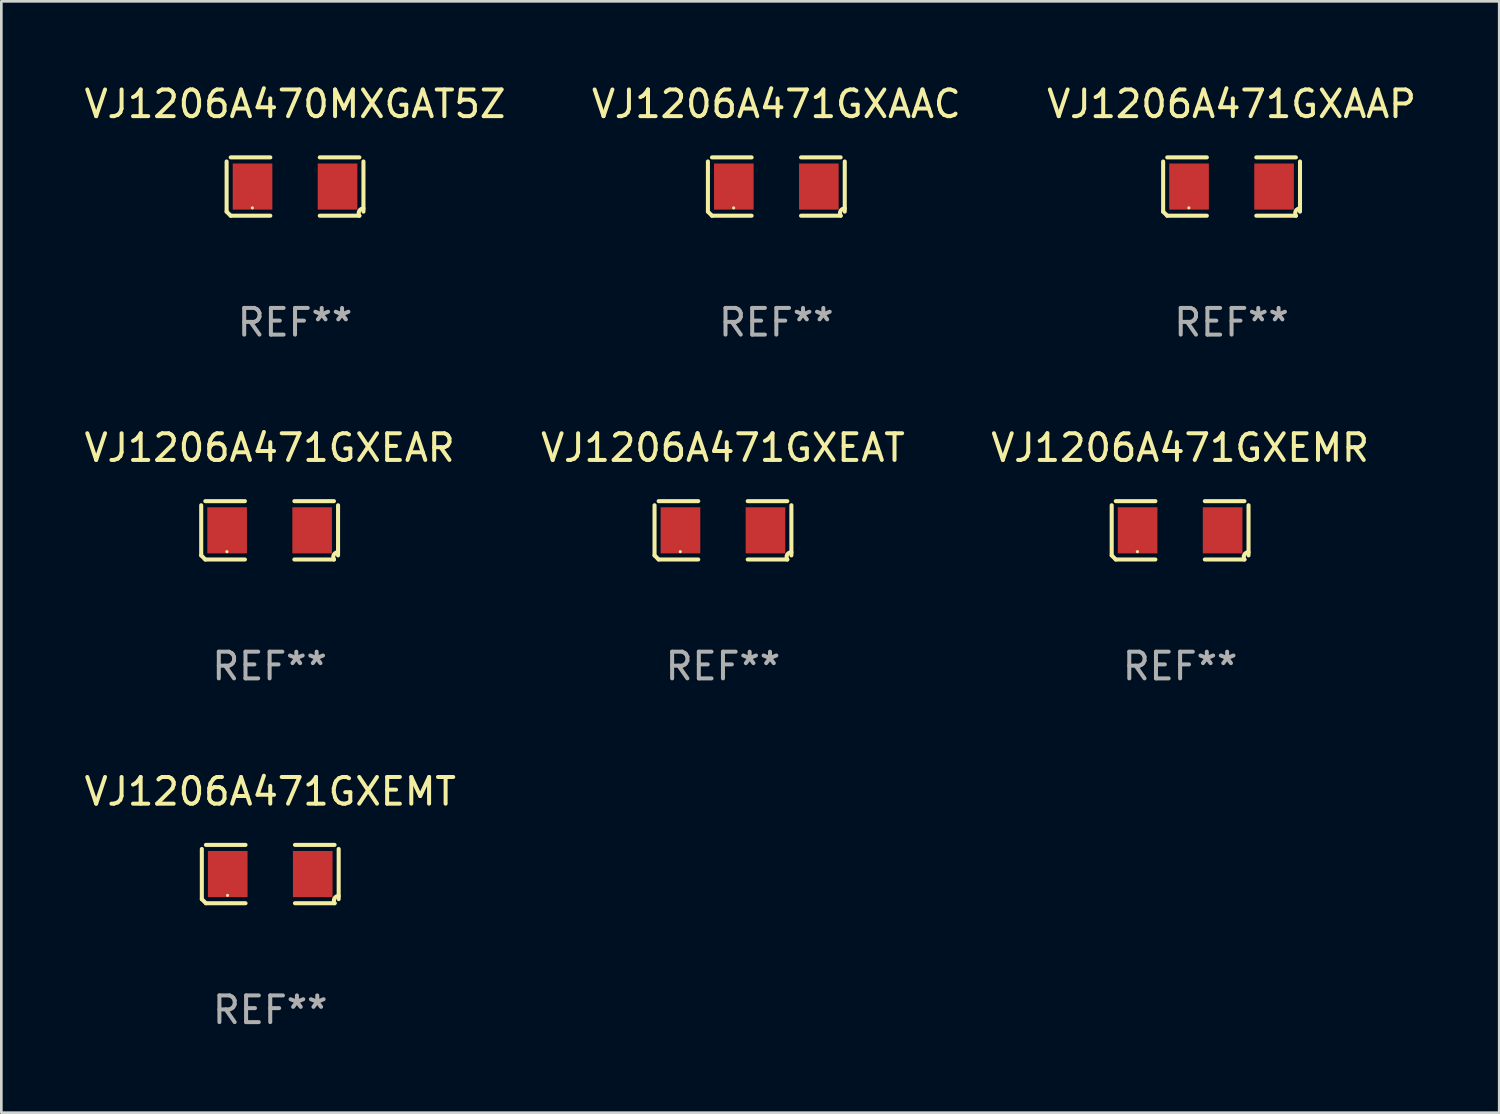
<source format=kicad_pcb>
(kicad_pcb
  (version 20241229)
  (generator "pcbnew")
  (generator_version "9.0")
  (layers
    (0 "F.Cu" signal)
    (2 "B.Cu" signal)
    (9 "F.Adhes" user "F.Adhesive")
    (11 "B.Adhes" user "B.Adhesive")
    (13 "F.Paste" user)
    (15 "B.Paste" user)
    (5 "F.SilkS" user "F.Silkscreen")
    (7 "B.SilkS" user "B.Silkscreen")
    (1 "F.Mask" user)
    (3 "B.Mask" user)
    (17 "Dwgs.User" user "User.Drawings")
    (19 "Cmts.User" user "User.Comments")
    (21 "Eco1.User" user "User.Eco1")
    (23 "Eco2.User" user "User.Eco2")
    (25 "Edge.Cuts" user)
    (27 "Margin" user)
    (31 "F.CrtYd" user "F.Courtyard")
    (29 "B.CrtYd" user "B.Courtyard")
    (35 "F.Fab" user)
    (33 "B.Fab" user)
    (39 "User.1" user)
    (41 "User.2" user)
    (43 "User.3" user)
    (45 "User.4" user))
  (footprint "VJ1206A471GXEMT"
    (layer "F.Cu")
    (at 7.077 29.704)
    (property "Reference" "VJ1206A471GXEMT" (at 0 -3.093 0) (layer "F.SilkS") (effects (font (size 1 1) (thickness 0.15))))
    (attr through_hole)
    (fp_line (start -2.564 0.94) (end -2.564 -0.94) (stroke (width 0.152) (type solid)) (layer "F.SilkS"))
    (fp_line (start -2.411 -1.093) (end -0.926 -1.093) (stroke (width 0.152) (type solid)) (layer "F.SilkS"))
    (fp_line (start -0.926 1.093) (end -2.411 1.093) (stroke (width 0.152) (type solid)) (layer "F.SilkS"))
    (fp_line (start 0.926 1.093) (end 2.411 1.093) (stroke (width 0.152) (type solid)) (layer "F.SilkS"))
    (fp_line (start 2.411 -1.093) (end 0.926 -1.093) (stroke (width 0.152) (type solid)) (layer "F.SilkS"))
    (fp_line (start 2.564 0.94) (end 2.564 -0.94) (stroke (width 0.152) (type solid)) (layer "F.SilkS"))
    (fp_arc (start -2.411201 1.092609) (mid -2.487413 1.01642) (end -2.563602 0.940208) (stroke (width 0.1524) (type solid)) (layer "F.SilkS"))
    (fp_arc (start 2.411201 1.092609) (mid 2.407159 0.911226) (end 2.563602 0.819347) (stroke (width 0.1524) (type solid)) (layer "F.SilkS"))
    (fp_circle (center -1.6 0.8) (end -1.57 0.8) (stroke (width 0.06) (type solid)) (fill no) (layer "F.SilkS"))
    (fp_text user "REF**" (at 0 5.093 0) (layer "F.Fab") (effects (font (size 1 1) (thickness 0.15))))
    (pad "1" smd rect (at -1.593 0) (size 1.485 1.728) (layers "F.Cu" "F.Mask" "F.Paste"))
    (pad "2" smd rect (at 1.593 0) (size 1.485 1.728) (layers "F.Cu" "F.Mask" "F.Paste")))
  (footprint "VJ1206A470MXGAT5Z"
    (layer "F.Cu")
    (at 8.006 3.941)
    (property "Reference" "VJ1206A470MXGAT5Z" (at 0 -3.093 0) (layer "F.SilkS") (effects (font (size 1 1) (thickness 0.15))))
    (attr through_hole)
    (fp_line (start -2.564 0.94) (end -2.564 -0.94) (stroke (width 0.152) (type solid)) (layer "F.SilkS"))
    (fp_line (start -2.411 -1.093) (end -0.926 -1.093) (stroke (width 0.152) (type solid)) (layer "F.SilkS"))
    (fp_line (start -0.926 1.093) (end -2.411 1.093) (stroke (width 0.152) (type solid)) (layer "F.SilkS"))
    (fp_line (start 0.926 1.093) (end 2.411 1.093) (stroke (width 0.152) (type solid)) (layer "F.SilkS"))
    (fp_line (start 2.411 -1.093) (end 0.926 -1.093) (stroke (width 0.152) (type solid)) (layer "F.SilkS"))
    (fp_line (start 2.564 0.94) (end 2.564 -0.94) (stroke (width 0.152) (type solid)) (layer "F.SilkS"))
    (fp_arc (start -2.411201 1.092609) (mid -2.487413 1.01642) (end -2.563602 0.940208) (stroke (width 0.1524) (type solid)) (layer "F.SilkS"))
    (fp_arc (start 2.411201 1.092609) (mid 2.407159 0.911226) (end 2.563602 0.819347) (stroke (width 0.1524) (type solid)) (layer "F.SilkS"))
    (fp_circle (center -1.6 0.8) (end -1.57 0.8) (stroke (width 0.06) (type solid)) (fill no) (layer "F.SilkS"))
    (fp_text user "REF**" (at 0 5.093 0) (layer "F.Fab") (effects (font (size 1 1) (thickness 0.15))))
    (pad "1" smd rect (at -1.593 0) (size 1.485 1.728) (layers "F.Cu" "F.Mask" "F.Paste"))
    (pad "2" smd rect (at 1.593 0) (size 1.485 1.728) (layers "F.Cu" "F.Mask" "F.Paste")))
  (footprint "VJ1206A471GXAAC"
    (layer "F.Cu")
    (at 26.042 3.941)
    (property "Reference" "VJ1206A471GXAAC" (at 0 -3.093 0) (layer "F.SilkS") (effects (font (size 1 1) (thickness 0.15))))
    (attr through_hole)
    (fp_line (start -2.564 0.94) (end -2.564 -0.94) (stroke (width 0.152) (type solid)) (layer "F.SilkS"))
    (fp_line (start -2.411 -1.093) (end -0.926 -1.093) (stroke (width 0.152) (type solid)) (layer "F.SilkS"))
    (fp_line (start -0.926 1.093) (end -2.411 1.093) (stroke (width 0.152) (type solid)) (layer "F.SilkS"))
    (fp_line (start 0.926 1.093) (end 2.411 1.093) (stroke (width 0.152) (type solid)) (layer "F.SilkS"))
    (fp_line (start 2.411 -1.093) (end 0.926 -1.093) (stroke (width 0.152) (type solid)) (layer "F.SilkS"))
    (fp_line (start 2.564 0.94) (end 2.564 -0.94) (stroke (width 0.152) (type solid)) (layer "F.SilkS"))
    (fp_arc (start -2.411201 1.092609) (mid -2.487413 1.01642) (end -2.563602 0.940208) (stroke (width 0.1524) (type solid)) (layer "F.SilkS"))
    (fp_arc (start 2.411201 1.092609) (mid 2.407159 0.911226) (end 2.563602 0.819347) (stroke (width 0.1524) (type solid)) (layer "F.SilkS"))
    (fp_circle (center -1.6 0.8) (end -1.57 0.8) (stroke (width 0.06) (type solid)) (fill no) (layer "F.SilkS"))
    (fp_text user "REF**" (at 0 5.093 0) (layer "F.Fab") (effects (font (size 1 1) (thickness 0.15))))
    (pad "1" smd rect (at -1.593 0) (size 1.485 1.728) (layers "F.Cu" "F.Mask" "F.Paste"))
    (pad "2" smd rect (at 1.593 0) (size 1.485 1.728) (layers "F.Cu" "F.Mask" "F.Paste")))
  (footprint "VJ1206A471GXAAP"
    (layer "F.Cu")
    (at 43.101 3.941)
    (property "Reference" "VJ1206A471GXAAP" (at 0 -3.093 0) (layer "F.SilkS") (effects (font (size 1 1) (thickness 0.15))))
    (attr through_hole)
    (fp_line (start -2.564 0.94) (end -2.564 -0.94) (stroke (width 0.152) (type solid)) (layer "F.SilkS"))
    (fp_line (start -2.411 -1.093) (end -0.926 -1.093) (stroke (width 0.152) (type solid)) (layer "F.SilkS"))
    (fp_line (start -0.926 1.093) (end -2.411 1.093) (stroke (width 0.152) (type solid)) (layer "F.SilkS"))
    (fp_line (start 0.926 1.093) (end 2.411 1.093) (stroke (width 0.152) (type solid)) (layer "F.SilkS"))
    (fp_line (start 2.411 -1.093) (end 0.926 -1.093) (stroke (width 0.152) (type solid)) (layer "F.SilkS"))
    (fp_line (start 2.564 0.94) (end 2.564 -0.94) (stroke (width 0.152) (type solid)) (layer "F.SilkS"))
    (fp_arc (start -2.411201 1.092609) (mid -2.487413 1.01642) (end -2.563602 0.940208) (stroke (width 0.1524) (type solid)) (layer "F.SilkS"))
    (fp_arc (start 2.411201 1.092609) (mid 2.407159 0.911226) (end 2.563602 0.819347) (stroke (width 0.1524) (type solid)) (layer "F.SilkS"))
    (fp_circle (center -1.6 0.8) (end -1.57 0.8) (stroke (width 0.06) (type solid)) (fill no) (layer "F.SilkS"))
    (fp_text user "REF**" (at 0 5.093 0) (layer "F.Fab") (effects (font (size 1 1) (thickness 0.15))))
    (pad "1" smd rect (at -1.593 0) (size 1.485 1.728) (layers "F.Cu" "F.Mask" "F.Paste"))
    (pad "2" smd rect (at 1.593 0) (size 1.485 1.728) (layers "F.Cu" "F.Mask" "F.Paste")))
  (footprint "VJ1206A471GXEMR"
    (layer "F.Cu")
    (at 41.173 16.823)
    (property "Reference" "VJ1206A471GXEMR" (at 0 -3.093 0) (layer "F.SilkS") (effects (font (size 1 1) (thickness 0.15))))
    (attr through_hole)
    (fp_line (start -2.564 0.94) (end -2.564 -0.94) (stroke (width 0.152) (type solid)) (layer "F.SilkS"))
    (fp_line (start -2.411 -1.093) (end -0.926 -1.093) (stroke (width 0.152) (type solid)) (layer "F.SilkS"))
    (fp_line (start -0.926 1.093) (end -2.411 1.093) (stroke (width 0.152) (type solid)) (layer "F.SilkS"))
    (fp_line (start 0.926 1.093) (end 2.411 1.093) (stroke (width 0.152) (type solid)) (layer "F.SilkS"))
    (fp_line (start 2.411 -1.093) (end 0.926 -1.093) (stroke (width 0.152) (type solid)) (layer "F.SilkS"))
    (fp_line (start 2.564 0.94) (end 2.564 -0.94) (stroke (width 0.152) (type solid)) (layer "F.SilkS"))
    (fp_arc (start -2.411201 1.092609) (mid -2.487413 1.01642) (end -2.563602 0.940208) (stroke (width 0.1524) (type solid)) (layer "F.SilkS"))
    (fp_arc (start 2.411201 1.092609) (mid 2.407159 0.911226) (end 2.563602 0.819347) (stroke (width 0.1524) (type solid)) (layer "F.SilkS"))
    (fp_circle (center -1.6 0.8) (end -1.57 0.8) (stroke (width 0.06) (type solid)) (fill no) (layer "F.SilkS"))
    (fp_text user "REF**" (at 0 5.093 0) (layer "F.Fab") (effects (font (size 1 1) (thickness 0.15))))
    (pad "1" smd rect (at -1.593 0) (size 1.485 1.728) (layers "F.Cu" "F.Mask" "F.Paste"))
    (pad "2" smd rect (at 1.593 0) (size 1.485 1.728) (layers "F.Cu" "F.Mask" "F.Paste")))
  (footprint "VJ1206A471GXEAR"
    (layer "F.Cu")
    (at 7.054 16.823)
    (property "Reference" "VJ1206A471GXEAR" (at 0 -3.093 0) (layer "F.SilkS") (effects (font (size 1 1) (thickness 0.15))))
    (attr through_hole)
    (fp_line (start -2.564 0.94) (end -2.564 -0.94) (stroke (width 0.152) (type solid)) (layer "F.SilkS"))
    (fp_line (start -2.411 -1.093) (end -0.926 -1.093) (stroke (width 0.152) (type solid)) (layer "F.SilkS"))
    (fp_line (start -0.926 1.093) (end -2.411 1.093) (stroke (width 0.152) (type solid)) (layer "F.SilkS"))
    (fp_line (start 0.926 1.093) (end 2.411 1.093) (stroke (width 0.152) (type solid)) (layer "F.SilkS"))
    (fp_line (start 2.411 -1.093) (end 0.926 -1.093) (stroke (width 0.152) (type solid)) (layer "F.SilkS"))
    (fp_line (start 2.564 0.94) (end 2.564 -0.94) (stroke (width 0.152) (type solid)) (layer "F.SilkS"))
    (fp_arc (start -2.411201 1.092609) (mid -2.487413 1.01642) (end -2.563602 0.940208) (stroke (width 0.1524) (type solid)) (layer "F.SilkS"))
    (fp_arc (start 2.411201 1.092609) (mid 2.407159 0.911226) (end 2.563602 0.819347) (stroke (width 0.1524) (type solid)) (layer "F.SilkS"))
    (fp_circle (center -1.6 0.8) (end -1.57 0.8) (stroke (width 0.06) (type solid)) (fill no) (layer "F.SilkS"))
    (fp_text user "REF**" (at 0 5.093 0) (layer "F.Fab") (effects (font (size 1 1) (thickness 0.15))))
    (pad "1" smd rect (at -1.593 0) (size 1.485 1.728) (layers "F.Cu" "F.Mask" "F.Paste"))
    (pad "2" smd rect (at 1.593 0) (size 1.485 1.728) (layers "F.Cu" "F.Mask" "F.Paste")))
  (footprint "VJ1206A471GXEAT"
    (layer "F.Cu")
    (at 24.042 16.823)
    (property "Reference" "VJ1206A471GXEAT" (at 0 -3.093 0) (layer "F.SilkS") (effects (font (size 1 1) (thickness 0.15))))
    (attr through_hole)
    (fp_line (start -2.564 0.94) (end -2.564 -0.94) (stroke (width 0.152) (type solid)) (layer "F.SilkS"))
    (fp_line (start -2.411 -1.093) (end -0.926 -1.093) (stroke (width 0.152) (type solid)) (layer "F.SilkS"))
    (fp_line (start -0.926 1.093) (end -2.411 1.093) (stroke (width 0.152) (type solid)) (layer "F.SilkS"))
    (fp_line (start 0.926 1.093) (end 2.411 1.093) (stroke (width 0.152) (type solid)) (layer "F.SilkS"))
    (fp_line (start 2.411 -1.093) (end 0.926 -1.093) (stroke (width 0.152) (type solid)) (layer "F.SilkS"))
    (fp_line (start 2.564 0.94) (end 2.564 -0.94) (stroke (width 0.152) (type solid)) (layer "F.SilkS"))
    (fp_arc (start -2.411201 1.092609) (mid -2.487413 1.01642) (end -2.563602 0.940208) (stroke (width 0.1524) (type solid)) (layer "F.SilkS"))
    (fp_arc (start 2.411201 1.092609) (mid 2.407159 0.911226) (end 2.563602 0.819347) (stroke (width 0.1524) (type solid)) (layer "F.SilkS"))
    (fp_circle (center -1.6 0.8) (end -1.57 0.8) (stroke (width 0.06) (type solid)) (fill no) (layer "F.SilkS"))
    (fp_text user "REF**" (at 0 5.093 0) (layer "F.Fab") (effects (font (size 1 1) (thickness 0.15))))
    (pad "1" smd rect (at -1.593 0) (size 1.485 1.728) (layers "F.Cu" "F.Mask" "F.Paste"))
    (pad "2" smd rect (at 1.593 0) (size 1.485 1.728) (layers "F.Cu" "F.Mask" "F.Paste")))
  (gr_rect
    (start -3 -3)
    (end 53.131 38.645)
    (stroke (width 0.1) (type default))
    (fill no)
    (layer "Edge.Cuts")))
</source>
